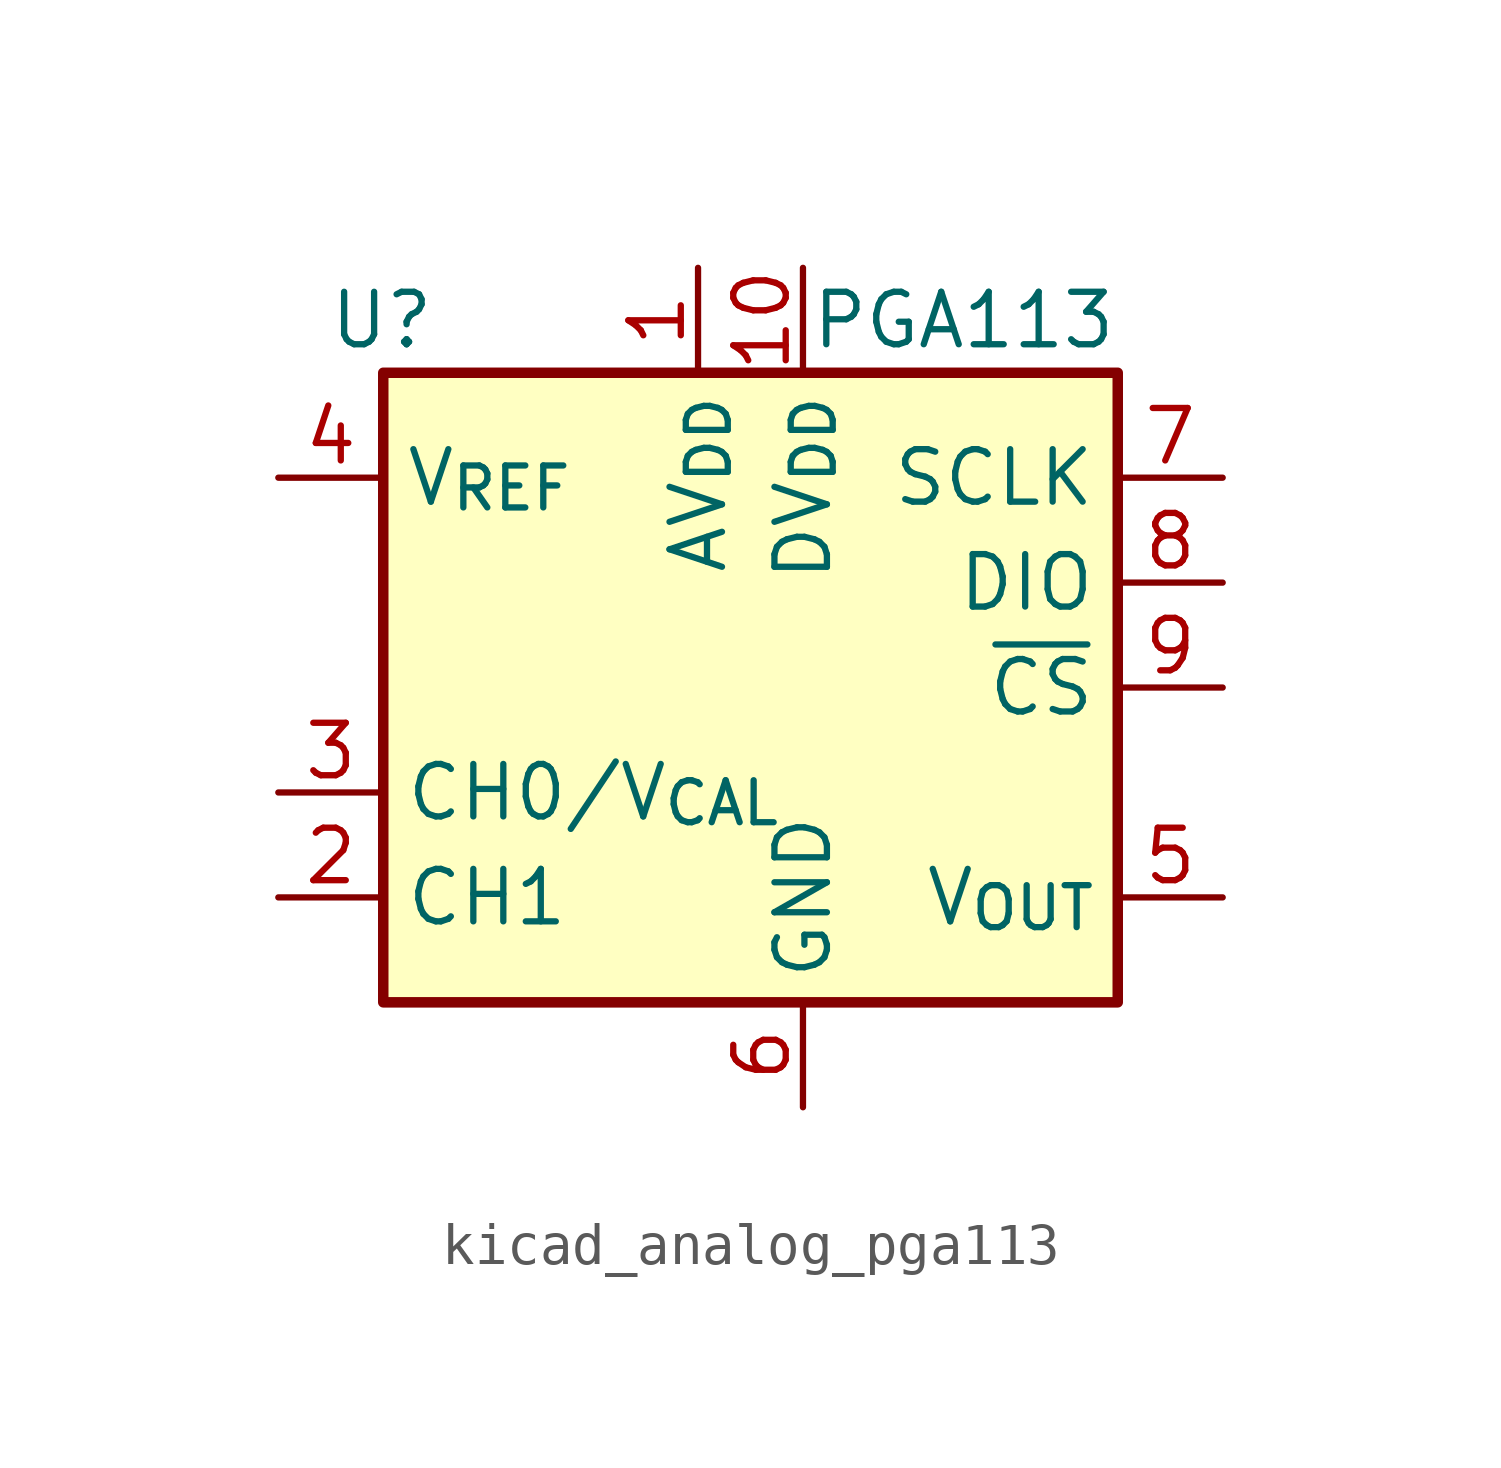
<source format=kicad_sym>
(kicad_symbol_lib
  (version 20220914)
  (generator kicad_symbol_editor)
  (symbol "kicad_analog_pga113"
    (property "Reference" "U"
      (at -8.89 8.89 0)
      (effects (font (size 1.27 1.27)) (justify right)))
    (property "Value" "PGA113"
      (at 7.62 8.89 0)
      (effects (font (size 1.27 1.27)) (justify right)))
    (symbol "kicad_analog_pga113_0_1"
      (rectangle (start -10.16 7.62) (end 7.62 -7.62) (stroke (width 0.254) (type default)) (fill (type background))))
    (symbol "kicad_analog_pga113_1_1"
      (pin power_in line (at -2.54 10.16 270) (length 2.54) (name "AV_{DD}" (effects (font (size 1.27 1.27)))) (number "1" (effects (font (size 1.27 1.27)))))
      (pin power_in line (at 0 10.16 270) (length 2.54) (name "DV_{DD}" (effects (font (size 1.27 1.27)))) (number "10" (effects (font (size 1.27 1.27)))))
      (pin input line (at -12.7 -5.08 0) (length 2.54) (name "CH1" (effects (font (size 1.27 1.27)))) (number "2" (effects (font (size 1.27 1.27)))))
      (pin input line (at -12.7 -2.54 0) (length 2.54) (name "CH0/V_{CAL}" (effects (font (size 1.27 1.27)))) (number "3" (effects (font (size 1.27 1.27)))))
      (pin input line (at -12.7 5.08 0) (length 2.54) (name "V_{REF}" (effects (font (size 1.27 1.27)))) (number "4" (effects (font (size 1.27 1.27)))))
      (pin output line (at 10.16 -5.08 180) (length 2.54) (name "V_{OUT}" (effects (font (size 1.27 1.27)))) (number "5" (effects (font (size 1.27 1.27)))))
      (pin power_in line (at 0 -10.16 90) (length 2.54) (name "GND" (effects (font (size 1.27 1.27)))) (number "6" (effects (font (size 1.27 1.27)))))
      (pin input line (at 10.16 5.08 180) (length 2.54) (name "SCLK" (effects (font (size 1.27 1.27)))) (number "7" (effects (font (size 1.27 1.27)))))
      (pin bidirectional line (at 10.16 2.54 180) (length 2.54) (name "DIO" (effects (font (size 1.27 1.27)))) (number "8" (effects (font (size 1.27 1.27)))))
      (pin input line (at 10.16 0 180) (length 2.54) (name "~{CS}" (effects (font (size 1.27 1.27)))) (number "9" (effects (font (size 1.27 1.27))))))))
</source>
